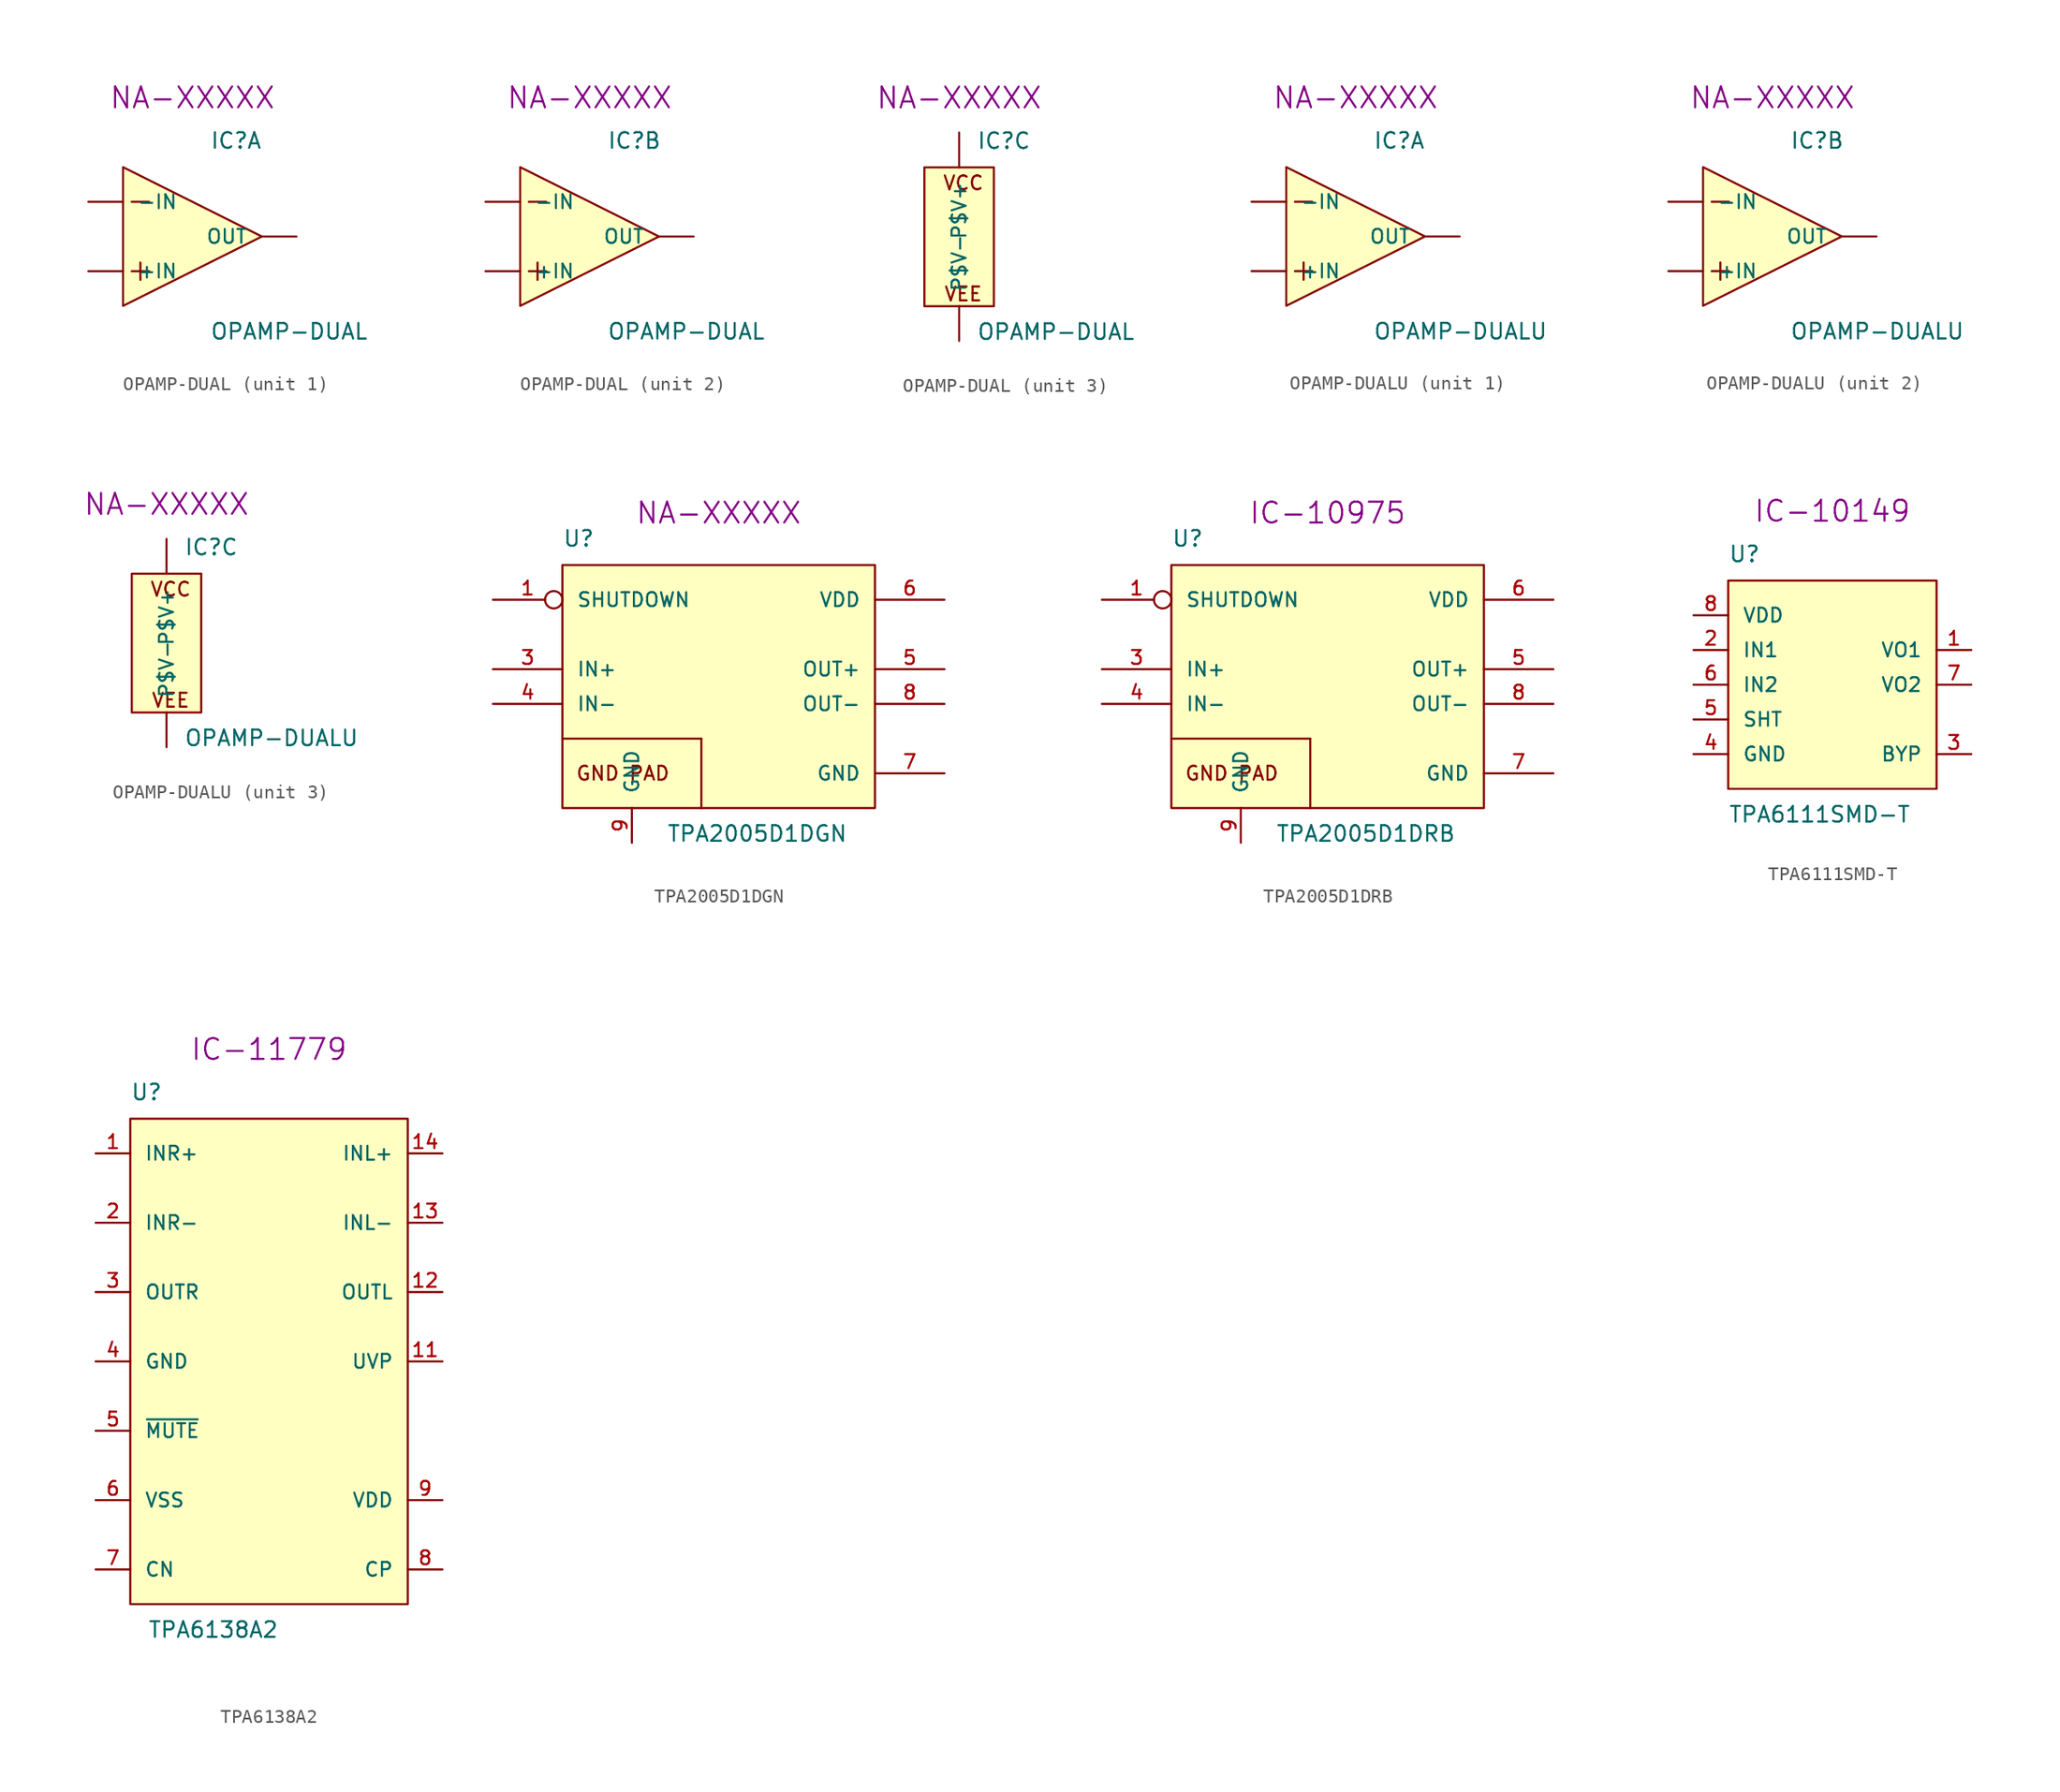
<source format=kicad_sym>
(kicad_symbol_lib
  (version 20220914)
  (generator kicad_symbol_editor)
  (symbol "OPAMP-DUAL"
    (pin_numbers hide)
    (pin_names
      (offset 1.016))
    (property "Reference" "IC"
      (at 1.27 6.35 0)
      (effects (font (size 1.143 1.143)) (justify left bottom)))
    (property "Value" "OPAMP-DUAL"
      (at 1.27 -7.62 0)
      (effects (font (size 1.143 1.143)) (justify left bottom)))
    (property "Field4" "NA-XXXXX"
      (at 0 10.16 0)
      (effects (font (size 1.524 1.524))))
    (property "ki_locked" ""
      (at 0 0 0)
      (effects (font (size 1.27 1.27))))
    (symbol "OPAMP-DUAL_1_0"
      (polyline (pts (xy -4.445 -2.54) (xy -3.175 -2.54)) (stroke (width 0) (type solid)) (fill (type none)))
      (polyline (pts (xy -4.445 2.54) (xy -3.175 2.54)) (stroke (width 0) (type solid)) (fill (type none)))
      (polyline (pts (xy -3.81 -1.905) (xy -3.81 -3.175)) (stroke (width 0) (type solid)) (fill (type none))))
    (symbol "OPAMP-DUAL_1_1"
      (polyline (pts (xy 5.08 0) (xy -5.08 5.08) (xy -5.08 -5.08) (xy 5.08 0)) (stroke (width 0) (type solid)) (fill (type background)))
      (pin output line (at 7.62 0 180) (length 2.54) (name "OUT" (effects (font (size 1.016 1.016)))) (number "1" (effects (font (size 1.016 1.016)))))
      (pin input line (at -7.62 2.54 0) (length 2.54) (name "-IN" (effects (font (size 1.016 1.016)))) (number "2" (effects (font (size 1.016 1.016)))))
      (pin input line (at -7.62 -2.54 0) (length 2.54) (name "+IN" (effects (font (size 1.016 1.016)))) (number "3" (effects (font (size 1.016 1.016))))))
    (symbol "OPAMP-DUAL_2_0"
      (polyline (pts (xy -4.445 -2.54) (xy -3.175 -2.54)) (stroke (width 0) (type solid)) (fill (type none)))
      (polyline (pts (xy -4.445 2.54) (xy -3.175 2.54)) (stroke (width 0) (type solid)) (fill (type none)))
      (polyline (pts (xy -3.81 -1.905) (xy -3.81 -3.175)) (stroke (width 0) (type solid)) (fill (type none))))
    (symbol "OPAMP-DUAL_2_1"
      (polyline (pts (xy 5.08 0) (xy -5.08 5.08) (xy -5.08 -5.08) (xy 5.08 0)) (stroke (width 0) (type solid)) (fill (type background)))
      (pin input line (at -7.62 -2.54 0) (length 2.54) (name "+IN" (effects (font (size 1.016 1.016)))) (number "5" (effects (font (size 1.016 1.016)))))
      (pin input line (at -7.62 2.54 0) (length 2.54) (name "-IN" (effects (font (size 1.016 1.016)))) (number "6" (effects (font (size 1.016 1.016)))))
      (pin output line (at 7.62 0 180) (length 2.54) (name "OUT" (effects (font (size 1.016 1.016)))) (number "7" (effects (font (size 1.016 1.016))))))
    (symbol "OPAMP-DUAL_3_0"
      (text "VCC" (at 0.305 3.937 0) (effects (font (size 1.016 1.016))))
      (text "VEE" (at 0.305 -4.191 0) (effects (font (size 1.016 1.016)))))
    (symbol "OPAMP-DUAL_3_1"
      (polyline (pts (xy -2.54 5.08) (xy 2.54 5.08) (xy 2.54 -5.08) (xy -2.54 -5.08) (xy -2.54 5.08)) (stroke (width 0) (type solid)) (fill (type background)))
      (pin bidirectional line (at 0 -7.62 90) (length 2.54) (name "P$V-" (effects (font (size 1.016 1.016)))) (number "4" (effects (font (size 1.016 1.016)))))
      (pin bidirectional line (at 0 7.62 270) (length 2.54) (name "P$V+" (effects (font (size 1.016 1.016)))) (number "8" (effects (font (size 1.016 1.016)))))))
  (symbol "OPAMP-DUALU"
    (pin_numbers hide)
    (pin_names
      (offset 1.016))
    (property "Reference" "IC"
      (at 1.27 6.35 0)
      (effects (font (size 1.143 1.143)) (justify left bottom)))
    (property "Value" "OPAMP-DUALU"
      (at 1.27 -7.62 0)
      (effects (font (size 1.143 1.143)) (justify left bottom)))
    (property "Field4" "NA-XXXXX"
      (at 0 10.16 0)
      (effects (font (size 1.524 1.524))))
    (property "ki_locked" ""
      (at 0 0 0)
      (effects (font (size 1.27 1.27))))
    (symbol "OPAMP-DUALU_1_0"
      (polyline (pts (xy -4.445 -2.54) (xy -3.175 -2.54)) (stroke (width 0) (type solid)) (fill (type none)))
      (polyline (pts (xy -4.445 2.54) (xy -3.175 2.54)) (stroke (width 0) (type solid)) (fill (type none)))
      (polyline (pts (xy -3.81 -1.905) (xy -3.81 -3.175)) (stroke (width 0) (type solid)) (fill (type none))))
    (symbol "OPAMP-DUALU_1_1"
      (polyline (pts (xy 5.08 0) (xy -5.08 5.08) (xy -5.08 -5.08) (xy 5.08 0)) (stroke (width 0) (type solid)) (fill (type background)))
      (pin output line (at 7.62 0 180) (length 2.54) (name "OUT" (effects (font (size 1.016 1.016)))) (number "1" (effects (font (size 1.016 1.016)))))
      (pin input line (at -7.62 2.54 0) (length 2.54) (name "-IN" (effects (font (size 1.016 1.016)))) (number "2" (effects (font (size 1.016 1.016)))))
      (pin input line (at -7.62 -2.54 0) (length 2.54) (name "+IN" (effects (font (size 1.016 1.016)))) (number "3" (effects (font (size 1.016 1.016))))))
    (symbol "OPAMP-DUALU_2_0"
      (polyline (pts (xy -4.445 -2.54) (xy -3.175 -2.54)) (stroke (width 0) (type solid)) (fill (type none)))
      (polyline (pts (xy -4.445 2.54) (xy -3.175 2.54)) (stroke (width 0) (type solid)) (fill (type none)))
      (polyline (pts (xy -3.81 -1.905) (xy -3.81 -3.175)) (stroke (width 0) (type solid)) (fill (type none))))
    (symbol "OPAMP-DUALU_2_1"
      (polyline (pts (xy 5.08 0) (xy -5.08 5.08) (xy -5.08 -5.08) (xy 5.08 0)) (stroke (width 0) (type solid)) (fill (type background)))
      (pin input line (at -7.62 -2.54 0) (length 2.54) (name "+IN" (effects (font (size 1.016 1.016)))) (number "5" (effects (font (size 1.016 1.016)))))
      (pin input line (at -7.62 2.54 0) (length 2.54) (name "-IN" (effects (font (size 1.016 1.016)))) (number "6" (effects (font (size 1.016 1.016)))))
      (pin output line (at 7.62 0 180) (length 2.54) (name "OUT" (effects (font (size 1.016 1.016)))) (number "7" (effects (font (size 1.016 1.016))))))
    (symbol "OPAMP-DUALU_3_0"
      (text "VCC" (at 0.305 3.937 0) (effects (font (size 1.016 1.016))))
      (text "VEE" (at 0.305 -4.191 0) (effects (font (size 1.016 1.016)))))
    (symbol "OPAMP-DUALU_3_1"
      (polyline (pts (xy -2.54 5.08) (xy 2.54 5.08) (xy 2.54 -5.08) (xy -2.54 -5.08) (xy -2.54 5.08)) (stroke (width 0) (type solid)) (fill (type background)))
      (pin bidirectional line (at 0 -7.62 90) (length 2.54) (name "P$V-" (effects (font (size 1.016 1.016)))) (number "4" (effects (font (size 1.016 1.016)))))
      (pin bidirectional line (at 0 7.62 270) (length 2.54) (name "P$V+" (effects (font (size 1.016 1.016)))) (number "8" (effects (font (size 1.016 1.016)))))))
  (symbol "TPA2005D1DGN"
    (pin_names
      (offset 1.016))
    (property "Reference" "U"
      (at -11.43 8.89 0)
      (effects (font (size 1.143 1.143)) (justify left bottom)))
    (property "Value" "TPA2005D1DGN"
      (at -3.81 -12.7 0)
      (effects (font (size 1.143 1.143)) (justify left bottom)))
    (property "Field4" "NA-XXXXX"
      (at 0 11.43 0)
      (effects (font (size 1.524 1.524))))
    (property "ki_locked" ""
      (at 0 0 0)
      (effects (font (size 1.27 1.27))))
    (symbol "TPA2005D1DGN_1_0"
      (polyline (pts (xy -11.43 -5.08) (xy -1.27 -5.08)) (stroke (width 0) (type solid)) (fill (type none)))
      (polyline (pts (xy -1.27 -5.08) (xy -1.27 -10.16)) (stroke (width 0) (type solid)) (fill (type none)))
      (text "GND PAD" (at -7.01 -7.62 0) (effects (font (size 1.016 1.016)))))
    (symbol "TPA2005D1DGN_1_1"
      (polyline (pts (xy -11.43 7.62) (xy -11.43 -5.08) (xy -11.43 -10.16) (xy -1.27 -10.16) (xy 11.43 -10.16) (xy 11.43 7.62) (xy -11.43 7.62)) (stroke (width 0) (type solid)) (fill (type background)))
      (pin input inverted (at -16.51 5.08 0) (length 5.08) (name "SHUTDOWN" (effects (font (size 1.016 1.016)))) (number "1" (effects (font (size 1.016 1.016)))))
      (pin bidirectional line (at -16.51 0 0) (length 5.08) (name "IN+" (effects (font (size 1.016 1.016)))) (number "3" (effects (font (size 1.016 1.016)))))
      (pin bidirectional line (at -16.51 -2.54 0) (length 5.08) (name "IN-" (effects (font (size 1.016 1.016)))) (number "4" (effects (font (size 1.016 1.016)))))
      (pin bidirectional line (at 16.51 0 180) (length 5.08) (name "OUT+" (effects (font (size 1.016 1.016)))) (number "5" (effects (font (size 1.016 1.016)))))
      (pin power_in line (at 16.51 5.08 180) (length 5.08) (name "VDD" (effects (font (size 1.016 1.016)))) (number "6" (effects (font (size 1.016 1.016)))))
      (pin power_in line (at 16.51 -7.62 180) (length 5.08) (name "GND" (effects (font (size 1.016 1.016)))) (number "7" (effects (font (size 1.016 1.016)))))
      (pin bidirectional line (at 16.51 -2.54 180) (length 5.08) (name "OUT-" (effects (font (size 1.016 1.016)))) (number "8" (effects (font (size 1.016 1.016)))))
      (pin power_in line (at -6.35 -12.7 90) (length 2.54) (name "GND" (effects (font (size 1.016 1.016)))) (number "9" (effects (font (size 1.016 1.016)))))))
  (symbol "TPA2005D1DRB"
    (pin_names
      (offset 1.016))
    (property "Reference" "U"
      (at -11.43 8.89 0)
      (effects (font (size 1.143 1.143)) (justify left bottom)))
    (property "Value" "TPA2005D1DRB"
      (at -3.81 -12.7 0)
      (effects (font (size 1.143 1.143)) (justify left bottom)))
    (property "Field4" "IC-10975"
      (at 0 11.43 0)
      (effects (font (size 1.524 1.524))))
    (property "ki_locked" ""
      (at 0 0 0)
      (effects (font (size 1.27 1.27))))
    (symbol "TPA2005D1DRB_1_0"
      (polyline (pts (xy -11.43 -5.08) (xy -1.27 -5.08)) (stroke (width 0) (type solid)) (fill (type none)))
      (polyline (pts (xy -1.27 -5.08) (xy -1.27 -10.16)) (stroke (width 0) (type solid)) (fill (type none)))
      (text "GND PAD" (at -7.01 -7.62 0) (effects (font (size 1.016 1.016)))))
    (symbol "TPA2005D1DRB_1_1"
      (polyline (pts (xy -11.43 7.62) (xy -11.43 -5.08) (xy -11.43 -10.16) (xy -1.27 -10.16) (xy 11.43 -10.16) (xy 11.43 7.62) (xy -11.43 7.62)) (stroke (width 0) (type solid)) (fill (type background)))
      (pin input inverted (at -16.51 5.08 0) (length 5.08) (name "SHUTDOWN" (effects (font (size 1.016 1.016)))) (number "1" (effects (font (size 1.016 1.016)))))
      (pin power_in line (at -6.35 -12.7 90) (length 2.54) hide (name "GND" (effects (font (size 1.016 1.016)))) (number "10" (effects (font (size 1.016 1.016)))))
      (pin power_in line (at -6.35 -12.7 90) (length 2.54) hide (name "GND" (effects (font (size 1.016 1.016)))) (number "11" (effects (font (size 1.016 1.016)))))
      (pin power_in line (at -6.35 -12.7 90) (length 2.54) hide (name "GND" (effects (font (size 1.016 1.016)))) (number "12" (effects (font (size 1.016 1.016)))))
      (pin power_in line (at -6.35 -12.7 90) (length 2.54) hide (name "GND" (effects (font (size 1.016 1.016)))) (number "13" (effects (font (size 1.016 1.016)))))
      (pin bidirectional line (at -16.51 0 0) (length 5.08) (name "IN+" (effects (font (size 1.016 1.016)))) (number "3" (effects (font (size 1.016 1.016)))))
      (pin bidirectional line (at -16.51 -2.54 0) (length 5.08) (name "IN-" (effects (font (size 1.016 1.016)))) (number "4" (effects (font (size 1.016 1.016)))))
      (pin bidirectional line (at 16.51 0 180) (length 5.08) (name "OUT+" (effects (font (size 1.016 1.016)))) (number "5" (effects (font (size 1.016 1.016)))))
      (pin power_in line (at 16.51 5.08 180) (length 5.08) (name "VDD" (effects (font (size 1.016 1.016)))) (number "6" (effects (font (size 1.016 1.016)))))
      (pin power_in line (at 16.51 -7.62 180) (length 5.08) (name "GND" (effects (font (size 1.016 1.016)))) (number "7" (effects (font (size 1.016 1.016)))))
      (pin bidirectional line (at 16.51 -2.54 180) (length 5.08) (name "OUT-" (effects (font (size 1.016 1.016)))) (number "8" (effects (font (size 1.016 1.016)))))
      (pin power_in line (at -6.35 -12.7 90) (length 2.54) (name "GND" (effects (font (size 1.016 1.016)))) (number "9" (effects (font (size 1.016 1.016)))))))
  (symbol "TPA6111SMD-T"
    (pin_names
      (offset 1.016))
    (property "Reference" "U"
      (at -7.62 6.35 0)
      (effects (font (size 1.143 1.143)) (justify left bottom)))
    (property "Value" "TPA6111SMD-T"
      (at -7.62 -12.7 0)
      (effects (font (size 1.143 1.143)) (justify left bottom)))
    (property "Field4" "IC-10149"
      (at 0 10.16 0)
      (effects (font (size 1.524 1.524))))
    (property "ki_locked" ""
      (at 0 0 0)
      (effects (font (size 1.27 1.27))))
    (symbol "TPA6111SMD-T_1_1"
      (polyline (pts (xy -7.62 5.08) (xy 7.62 5.08) (xy 7.62 -10.16) (xy -7.62 -10.16) (xy -7.62 5.08)) (stroke (width 0) (type solid)) (fill (type background)))
      (pin bidirectional line (at 10.16 0 180) (length 2.54) (name "VO1" (effects (font (size 1.016 1.016)))) (number "1" (effects (font (size 1.016 1.016)))))
      (pin bidirectional line (at -10.16 0 0) (length 2.54) (name "IN1" (effects (font (size 1.016 1.016)))) (number "2" (effects (font (size 1.016 1.016)))))
      (pin bidirectional line (at 10.16 -7.62 180) (length 2.54) (name "BYP" (effects (font (size 1.016 1.016)))) (number "3" (effects (font (size 1.016 1.016)))))
      (pin bidirectional line (at -10.16 -7.62 0) (length 2.54) (name "GND" (effects (font (size 1.016 1.016)))) (number "4" (effects (font (size 1.016 1.016)))))
      (pin bidirectional line (at -10.16 -5.08 0) (length 2.54) (name "SHT" (effects (font (size 1.016 1.016)))) (number "5" (effects (font (size 1.016 1.016)))))
      (pin bidirectional line (at -10.16 -2.54 0) (length 2.54) (name "IN2" (effects (font (size 1.016 1.016)))) (number "6" (effects (font (size 1.016 1.016)))))
      (pin bidirectional line (at 10.16 -2.54 180) (length 2.54) (name "VO2" (effects (font (size 1.016 1.016)))) (number "7" (effects (font (size 1.016 1.016)))))
      (pin bidirectional line (at -10.16 2.54 0) (length 2.54) (name "VDD" (effects (font (size 1.016 1.016)))) (number "8" (effects (font (size 1.016 1.016)))))))
  (symbol "TPA6138A2"
    (pin_names
      (offset 1.016))
    (property "Reference" "U"
      (at -10.16 19.05 0)
      (effects (font (size 1.143 1.143)) (justify left bottom)))
    (property "Value" "TPA6138A2"
      (at -8.89 -20.32 0)
      (effects (font (size 1.143 1.143)) (justify left bottom)))
    (property "Field4" "IC-11779"
      (at 0 22.86 0)
      (effects (font (size 1.524 1.524))))
    (property "ki_locked" ""
      (at 0 0 0)
      (effects (font (size 1.27 1.27))))
    (symbol "TPA6138A2_1_1"
      (polyline (pts (xy -10.16 17.78) (xy 10.16 17.78) (xy 10.16 -17.78) (xy -10.16 -17.78) (xy -10.16 17.78)) (stroke (width 0) (type solid)) (fill (type background)))
      (pin bidirectional line (at -12.7 15.24 0) (length 2.54) (name "INR+" (effects (font (size 1.016 1.016)))) (number "1" (effects (font (size 1.016 1.016)))))
      (pin bidirectional line (at -12.7 0 0) (length 2.54) hide (name "GND" (effects (font (size 1.016 1.016)))) (number "10" (effects (font (size 1.016 1.016)))))
      (pin bidirectional line (at 12.7 0 180) (length 2.54) (name "UVP" (effects (font (size 1.016 1.016)))) (number "11" (effects (font (size 1.016 1.016)))))
      (pin bidirectional line (at 12.7 5.08 180) (length 2.54) (name "OUTL" (effects (font (size 1.016 1.016)))) (number "12" (effects (font (size 1.016 1.016)))))
      (pin bidirectional line (at 12.7 10.16 180) (length 2.54) (name "INL-" (effects (font (size 1.016 1.016)))) (number "13" (effects (font (size 1.016 1.016)))))
      (pin bidirectional line (at 12.7 15.24 180) (length 2.54) (name "INL+" (effects (font (size 1.016 1.016)))) (number "14" (effects (font (size 1.016 1.016)))))
      (pin bidirectional line (at -12.7 10.16 0) (length 2.54) (name "INR-" (effects (font (size 1.016 1.016)))) (number "2" (effects (font (size 1.016 1.016)))))
      (pin bidirectional line (at -12.7 5.08 0) (length 2.54) (name "OUTR" (effects (font (size 1.016 1.016)))) (number "3" (effects (font (size 1.016 1.016)))))
      (pin bidirectional line (at -12.7 0 0) (length 2.54) (name "GND" (effects (font (size 1.016 1.016)))) (number "4" (effects (font (size 1.016 1.016)))))
      (pin bidirectional line (at -12.7 -5.08 0) (length 2.54) (name "~{MUTE}" (effects (font (size 1.016 1.016)))) (number "5" (effects (font (size 1.016 1.016)))))
      (pin bidirectional line (at -12.7 -10.16 0) (length 2.54) (name "VSS" (effects (font (size 1.016 1.016)))) (number "6" (effects (font (size 1.016 1.016)))))
      (pin bidirectional line (at -12.7 -15.24 0) (length 2.54) (name "CN" (effects (font (size 1.016 1.016)))) (number "7" (effects (font (size 1.016 1.016)))))
      (pin bidirectional line (at 12.7 -15.24 180) (length 2.54) (name "CP" (effects (font (size 1.016 1.016)))) (number "8" (effects (font (size 1.016 1.016)))))
      (pin bidirectional line (at 12.7 -10.16 180) (length 2.54) (name "VDD" (effects (font (size 1.016 1.016)))) (number "9" (effects (font (size 1.016 1.016))))))))
</source>
